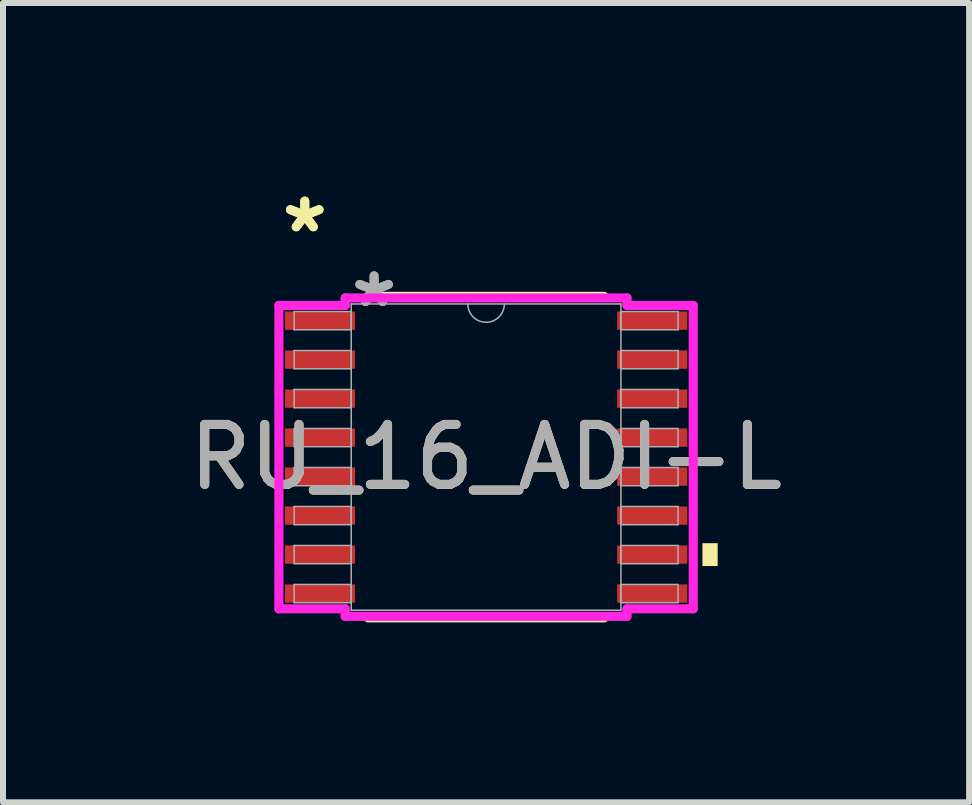
<source format=kicad_pcb>
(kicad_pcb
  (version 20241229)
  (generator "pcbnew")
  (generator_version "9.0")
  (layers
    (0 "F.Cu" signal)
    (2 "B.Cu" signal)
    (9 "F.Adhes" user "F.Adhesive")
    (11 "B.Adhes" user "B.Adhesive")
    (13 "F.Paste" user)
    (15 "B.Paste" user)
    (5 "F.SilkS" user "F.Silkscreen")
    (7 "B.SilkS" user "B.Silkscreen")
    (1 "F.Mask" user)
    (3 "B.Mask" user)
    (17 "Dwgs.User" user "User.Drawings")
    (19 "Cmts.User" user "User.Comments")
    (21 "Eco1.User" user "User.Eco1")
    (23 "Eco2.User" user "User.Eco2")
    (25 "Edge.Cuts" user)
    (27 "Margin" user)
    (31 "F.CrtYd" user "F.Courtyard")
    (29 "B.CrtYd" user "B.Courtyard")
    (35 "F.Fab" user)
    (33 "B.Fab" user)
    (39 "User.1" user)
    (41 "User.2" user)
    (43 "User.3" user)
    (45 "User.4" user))
  (footprint "RU_16_ADI-L"
    (layer "F.Cu")
    (at 5.054 4.571)
    (property "Reference" "RU_16_ADI-L" (at 0 0 0) (unlocked yes) (layer "F.SilkS") (effects (font (size 1 1) (thickness 0.15))))
    (attr smd)
    (fp_line (start -1.967 2.68) (end 1.967 2.68) (stroke (width 0.152) (type solid)) (layer "F.SilkS"))
    (fp_line (start 1.967 -2.68) (end -1.967 -2.68) (stroke (width 0.152) (type solid)) (layer "F.SilkS"))
    (fp_poly (pts (xy 3.861 1.435) (xy 3.861 1.816) (xy 3.607 1.816) (xy 3.607 1.435)) (stroke (width 0) (type solid)) (fill yes) (layer "F.SilkS"))
    (fp_line (start -3.454 -2.529) (end -2.349 -2.529) (stroke (width 0.152) (type solid)) (layer "F.CrtYd"))
    (fp_line (start -3.454 2.529) (end -3.454 -2.529) (stroke (width 0.152) (type solid)) (layer "F.CrtYd"))
    (fp_line (start -3.454 2.529) (end -2.349 2.529) (stroke (width 0.152) (type solid)) (layer "F.CrtYd"))
    (fp_line (start -2.349 -2.654) (end 2.349 -2.654) (stroke (width 0.152) (type solid)) (layer "F.CrtYd"))
    (fp_line (start -2.349 -2.529) (end -2.349 -2.654) (stroke (width 0.152) (type solid)) (layer "F.CrtYd"))
    (fp_line (start -2.349 2.654) (end -2.349 2.529) (stroke (width 0.152) (type solid)) (layer "F.CrtYd"))
    (fp_line (start 2.349 -2.654) (end 2.349 -2.529) (stroke (width 0.152) (type solid)) (layer "F.CrtYd"))
    (fp_line (start 2.349 2.529) (end 2.349 2.654) (stroke (width 0.152) (type solid)) (layer "F.CrtYd"))
    (fp_line (start 2.349 2.654) (end -2.349 2.654) (stroke (width 0.152) (type solid)) (layer "F.CrtYd"))
    (fp_line (start 3.454 -2.529) (end 2.349 -2.529) (stroke (width 0.152) (type solid)) (layer "F.CrtYd"))
    (fp_line (start 3.454 -2.529) (end 3.454 2.529) (stroke (width 0.152) (type solid)) (layer "F.CrtYd"))
    (fp_line (start 3.454 2.529) (end 2.349 2.529) (stroke (width 0.152) (type solid)) (layer "F.CrtYd"))
    (fp_line (start -3.2 -2.427) (end -3.2 -2.123) (stroke (width 0.025) (type solid)) (layer "F.Fab"))
    (fp_line (start -3.2 -2.123) (end -2.248 -2.123) (stroke (width 0.025) (type solid)) (layer "F.Fab"))
    (fp_line (start -3.2 -1.777) (end -3.2 -1.473) (stroke (width 0.025) (type solid)) (layer "F.Fab"))
    (fp_line (start -3.2 -1.473) (end -2.248 -1.473) (stroke (width 0.025) (type solid)) (layer "F.Fab"))
    (fp_line (start -3.2 -1.127) (end -3.2 -0.823) (stroke (width 0.025) (type solid)) (layer "F.Fab"))
    (fp_line (start -3.2 -0.823) (end -2.248 -0.823) (stroke (width 0.025) (type solid)) (layer "F.Fab"))
    (fp_line (start -3.2 -0.477) (end -3.2 -0.173) (stroke (width 0.025) (type solid)) (layer "F.Fab"))
    (fp_line (start -3.2 -0.173) (end -2.248 -0.173) (stroke (width 0.025) (type solid)) (layer "F.Fab"))
    (fp_line (start -3.2 0.173) (end -3.2 0.477) (stroke (width 0.025) (type solid)) (layer "F.Fab"))
    (fp_line (start -3.2 0.477) (end -2.248 0.477) (stroke (width 0.025) (type solid)) (layer "F.Fab"))
    (fp_line (start -3.2 0.823) (end -3.2 1.127) (stroke (width 0.025) (type solid)) (layer "F.Fab"))
    (fp_line (start -3.2 1.127) (end -2.248 1.127) (stroke (width 0.025) (type solid)) (layer "F.Fab"))
    (fp_line (start -3.2 1.473) (end -3.2 1.777) (stroke (width 0.025) (type solid)) (layer "F.Fab"))
    (fp_line (start -3.2 1.777) (end -2.248 1.777) (stroke (width 0.025) (type solid)) (layer "F.Fab"))
    (fp_line (start -3.2 2.123) (end -3.2 2.427) (stroke (width 0.025) (type solid)) (layer "F.Fab"))
    (fp_line (start -3.2 2.427) (end -2.248 2.427) (stroke (width 0.025) (type solid)) (layer "F.Fab"))
    (fp_line (start -2.248 -2.553) (end -2.248 2.553) (stroke (width 0.025) (type solid)) (layer "F.Fab"))
    (fp_line (start -2.248 -2.427) (end -3.2 -2.427) (stroke (width 0.025) (type solid)) (layer "F.Fab"))
    (fp_line (start -2.248 -2.123) (end -2.248 -2.427) (stroke (width 0.025) (type solid)) (layer "F.Fab"))
    (fp_line (start -2.248 -1.777) (end -3.2 -1.777) (stroke (width 0.025) (type solid)) (layer "F.Fab"))
    (fp_line (start -2.248 -1.473) (end -2.248 -1.777) (stroke (width 0.025) (type solid)) (layer "F.Fab"))
    (fp_line (start -2.248 -1.127) (end -3.2 -1.127) (stroke (width 0.025) (type solid)) (layer "F.Fab"))
    (fp_line (start -2.248 -0.823) (end -2.248 -1.127) (stroke (width 0.025) (type solid)) (layer "F.Fab"))
    (fp_line (start -2.248 -0.477) (end -3.2 -0.477) (stroke (width 0.025) (type solid)) (layer "F.Fab"))
    (fp_line (start -2.248 -0.173) (end -2.248 -0.477) (stroke (width 0.025) (type solid)) (layer "F.Fab"))
    (fp_line (start -2.248 0.173) (end -3.2 0.173) (stroke (width 0.025) (type solid)) (layer "F.Fab"))
    (fp_line (start -2.248 0.477) (end -2.248 0.173) (stroke (width 0.025) (type solid)) (layer "F.Fab"))
    (fp_line (start -2.248 0.823) (end -3.2 0.823) (stroke (width 0.025) (type solid)) (layer "F.Fab"))
    (fp_line (start -2.248 1.127) (end -2.248 0.823) (stroke (width 0.025) (type solid)) (layer "F.Fab"))
    (fp_line (start -2.248 1.473) (end -3.2 1.473) (stroke (width 0.025) (type solid)) (layer "F.Fab"))
    (fp_line (start -2.248 1.777) (end -2.248 1.473) (stroke (width 0.025) (type solid)) (layer "F.Fab"))
    (fp_line (start -2.248 2.123) (end -3.2 2.123) (stroke (width 0.025) (type solid)) (layer "F.Fab"))
    (fp_line (start -2.248 2.427) (end -2.248 2.123) (stroke (width 0.025) (type solid)) (layer "F.Fab"))
    (fp_line (start -2.248 2.553) (end 2.248 2.553) (stroke (width 0.025) (type solid)) (layer "F.Fab"))
    (fp_line (start 2.248 -2.553) (end -2.248 -2.553) (stroke (width 0.025) (type solid)) (layer "F.Fab"))
    (fp_line (start 2.248 -2.427) (end 2.248 -2.123) (stroke (width 0.025) (type solid)) (layer "F.Fab"))
    (fp_line (start 2.248 -2.123) (end 3.2 -2.123) (stroke (width 0.025) (type solid)) (layer "F.Fab"))
    (fp_line (start 2.248 -1.777) (end 2.248 -1.473) (stroke (width 0.025) (type solid)) (layer "F.Fab"))
    (fp_line (start 2.248 -1.473) (end 3.2 -1.473) (stroke (width 0.025) (type solid)) (layer "F.Fab"))
    (fp_line (start 2.248 -1.127) (end 2.248 -0.823) (stroke (width 0.025) (type solid)) (layer "F.Fab"))
    (fp_line (start 2.248 -0.823) (end 3.2 -0.823) (stroke (width 0.025) (type solid)) (layer "F.Fab"))
    (fp_line (start 2.248 -0.477) (end 2.248 -0.173) (stroke (width 0.025) (type solid)) (layer "F.Fab"))
    (fp_line (start 2.248 -0.173) (end 3.2 -0.173) (stroke (width 0.025) (type solid)) (layer "F.Fab"))
    (fp_line (start 2.248 0.173) (end 2.248 0.477) (stroke (width 0.025) (type solid)) (layer "F.Fab"))
    (fp_line (start 2.248 0.477) (end 3.2 0.477) (stroke (width 0.025) (type solid)) (layer "F.Fab"))
    (fp_line (start 2.248 0.823) (end 2.248 1.127) (stroke (width 0.025) (type solid)) (layer "F.Fab"))
    (fp_line (start 2.248 1.127) (end 3.2 1.127) (stroke (width 0.025) (type solid)) (layer "F.Fab"))
    (fp_line (start 2.248 1.473) (end 2.248 1.777) (stroke (width 0.025) (type solid)) (layer "F.Fab"))
    (fp_line (start 2.248 1.777) (end 3.2 1.777) (stroke (width 0.025) (type solid)) (layer "F.Fab"))
    (fp_line (start 2.248 2.123) (end 2.248 2.427) (stroke (width 0.025) (type solid)) (layer "F.Fab"))
    (fp_line (start 2.248 2.427) (end 3.2 2.427) (stroke (width 0.025) (type solid)) (layer "F.Fab"))
    (fp_line (start 2.248 2.553) (end 2.248 -2.553) (stroke (width 0.025) (type solid)) (layer "F.Fab"))
    (fp_line (start 3.2 -2.427) (end 2.248 -2.427) (stroke (width 0.025) (type solid)) (layer "F.Fab"))
    (fp_line (start 3.2 -2.123) (end 3.2 -2.427) (stroke (width 0.025) (type solid)) (layer "F.Fab"))
    (fp_line (start 3.2 -1.777) (end 2.248 -1.777) (stroke (width 0.025) (type solid)) (layer "F.Fab"))
    (fp_line (start 3.2 -1.473) (end 3.2 -1.777) (stroke (width 0.025) (type solid)) (layer "F.Fab"))
    (fp_line (start 3.2 -1.127) (end 2.248 -1.127) (stroke (width 0.025) (type solid)) (layer "F.Fab"))
    (fp_line (start 3.2 -0.823) (end 3.2 -1.127) (stroke (width 0.025) (type solid)) (layer "F.Fab"))
    (fp_line (start 3.2 -0.477) (end 2.248 -0.477) (stroke (width 0.025) (type solid)) (layer "F.Fab"))
    (fp_line (start 3.2 -0.173) (end 3.2 -0.477) (stroke (width 0.025) (type solid)) (layer "F.Fab"))
    (fp_line (start 3.2 0.173) (end 2.248 0.173) (stroke (width 0.025) (type solid)) (layer "F.Fab"))
    (fp_line (start 3.2 0.477) (end 3.2 0.173) (stroke (width 0.025) (type solid)) (layer "F.Fab"))
    (fp_line (start 3.2 0.823) (end 2.248 0.823) (stroke (width 0.025) (type solid)) (layer "F.Fab"))
    (fp_line (start 3.2 1.127) (end 3.2 0.823) (stroke (width 0.025) (type solid)) (layer "F.Fab"))
    (fp_line (start 3.2 1.473) (end 2.248 1.473) (stroke (width 0.025) (type solid)) (layer "F.Fab"))
    (fp_line (start 3.2 1.777) (end 3.2 1.473) (stroke (width 0.025) (type solid)) (layer "F.Fab"))
    (fp_line (start 3.2 2.123) (end 2.248 2.123) (stroke (width 0.025) (type solid)) (layer "F.Fab"))
    (fp_line (start 3.2 2.427) (end 3.2 2.123) (stroke (width 0.025) (type solid)) (layer "F.Fab"))
    (fp_arc (start 0.3048 -2.5527) (mid 0 -2.2479) (end -0.3048 -2.5527) (stroke (width 0.0254) (type solid)) (layer "F.Fab"))
    (fp_text user "*" (at -3.023 -3.723 0) (unlocked yes) (layer "F.SilkS") (effects (font (size 1 1) (thickness 0.15))))
    (fp_text user "*" (at -3.023 -3.723 0) (layer "F.SilkS") (effects (font (size 1 1) (thickness 0.15))))
    (fp_text user "*" (at -1.867 -2.477 0) (layer "F.Fab") (effects (font (size 1 1) (thickness 0.15))))
    (fp_text user "*" (at -1.867 -2.477 0) (unlocked yes) (layer "F.Fab") (effects (font (size 1 1) (thickness 0.15))))
    (fp_text user "${REFERENCE}" (at 0 0 0) (unlocked yes) (layer "F.Fab") (effects (font (size 1 1) (thickness 0.15))))
    (pad "1" smd rect (at -2.769 -2.275) (size 1.168 0.305) (layers "F.Cu" "F.Mask" "F.Paste"))
    (pad "2" smd rect (at -2.769 -1.625) (size 1.168 0.305) (layers "F.Cu" "F.Mask" "F.Paste"))
    (pad "3" smd rect (at -2.769 -0.975) (size 1.168 0.305) (layers "F.Cu" "F.Mask" "F.Paste"))
    (pad "4" smd rect (at -2.769 -0.325) (size 1.168 0.305) (layers "F.Cu" "F.Mask" "F.Paste"))
    (pad "5" smd rect (at -2.769 0.325) (size 1.168 0.305) (layers "F.Cu" "F.Mask" "F.Paste"))
    (pad "6" smd rect (at -2.769 0.975) (size 1.168 0.305) (layers "F.Cu" "F.Mask" "F.Paste"))
    (pad "7" smd rect (at -2.769 1.625) (size 1.168 0.305) (layers "F.Cu" "F.Mask" "F.Paste"))
    (pad "8" smd rect (at -2.769 2.275) (size 1.168 0.305) (layers "F.Cu" "F.Mask" "F.Paste"))
    (pad "9" smd rect (at 2.769 2.275) (size 1.168 0.305) (layers "F.Cu" "F.Mask" "F.Paste"))
    (pad "10" smd rect (at 2.769 1.625) (size 1.168 0.305) (layers "F.Cu" "F.Mask" "F.Paste"))
    (pad "11" smd rect (at 2.769 0.975) (size 1.168 0.305) (layers "F.Cu" "F.Mask" "F.Paste"))
    (pad "12" smd rect (at 2.769 0.325) (size 1.168 0.305) (layers "F.Cu" "F.Mask" "F.Paste"))
    (pad "13" smd rect (at 2.769 -0.325) (size 1.168 0.305) (layers "F.Cu" "F.Mask" "F.Paste"))
    (pad "14" smd rect (at 2.769 -0.975) (size 1.168 0.305) (layers "F.Cu" "F.Mask" "F.Paste"))
    (pad "15" smd rect (at 2.769 -1.625) (size 1.168 0.305) (layers "F.Cu" "F.Mask" "F.Paste"))
    (pad "16" smd rect (at 2.769 -2.275) (size 1.168 0.305) (layers "F.Cu" "F.Mask" "F.Paste")))
  (gr_rect
    (start -3 -3)
    (end 13.107 10.327)
    (stroke (width 0.1) (type default))
    (fill no)
    (layer "Edge.Cuts")))
</source>
